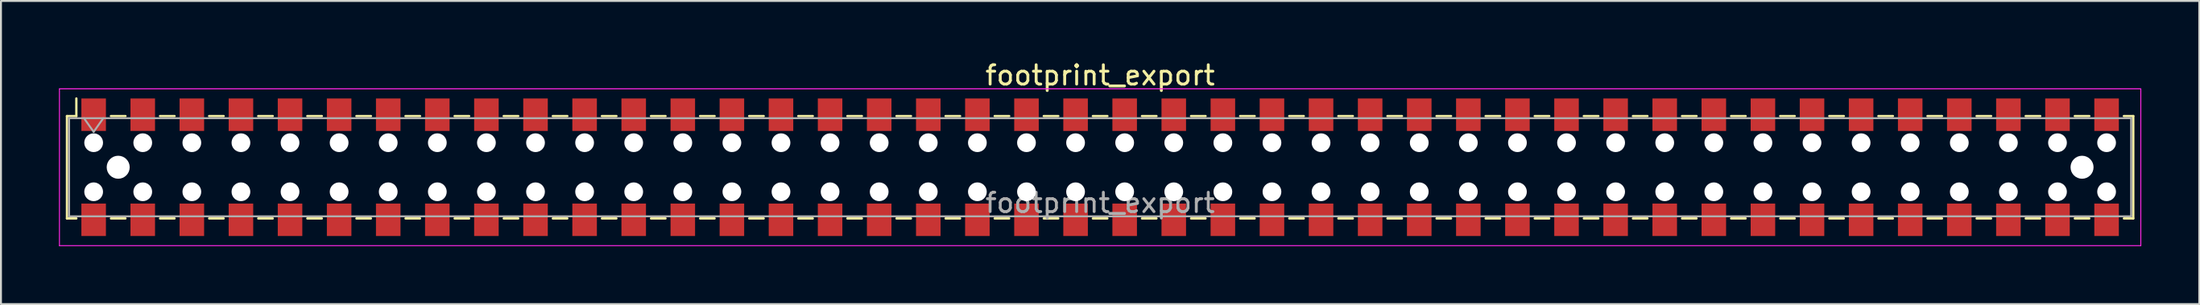
<source format=kicad_pcb>
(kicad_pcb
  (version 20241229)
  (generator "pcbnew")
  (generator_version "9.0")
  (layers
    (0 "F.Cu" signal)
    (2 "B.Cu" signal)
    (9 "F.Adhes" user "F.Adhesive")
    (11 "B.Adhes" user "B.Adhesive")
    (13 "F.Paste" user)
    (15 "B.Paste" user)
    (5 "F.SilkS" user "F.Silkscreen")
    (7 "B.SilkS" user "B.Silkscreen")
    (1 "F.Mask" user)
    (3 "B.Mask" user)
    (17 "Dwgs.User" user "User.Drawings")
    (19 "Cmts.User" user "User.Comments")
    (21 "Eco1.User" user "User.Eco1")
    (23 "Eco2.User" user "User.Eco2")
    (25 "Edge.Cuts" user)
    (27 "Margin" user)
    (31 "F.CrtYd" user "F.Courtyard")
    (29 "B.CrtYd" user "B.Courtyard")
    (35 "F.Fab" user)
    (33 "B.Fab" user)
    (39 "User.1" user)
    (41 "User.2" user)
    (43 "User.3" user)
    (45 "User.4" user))
  (footprint "footprint_export"
    (layer "F.Cu")
    (at 53.865 5.608)
    (property "Reference" "footprint_export" (at 0 -4.76 0) (layer "F.SilkS") (effects (font (size 1 1) (thickness 0.15))))
    (attr smd)
    (fp_line (start -53.45 -2.65) (end -53.45 2.65) (stroke (width 0.12) (type solid)) (layer "F.SilkS"))
    (fp_line (start -53.45 2.65) (end -52.965 2.65) (stroke (width 0.12) (type solid)) (layer "F.SilkS"))
    (fp_line (start -52.965 -3.56) (end -52.965 -2.65) (stroke (width 0.12) (type solid)) (layer "F.SilkS"))
    (fp_line (start -52.965 -2.65) (end -53.45 -2.65) (stroke (width 0.12) (type solid)) (layer "F.SilkS"))
    (fp_line (start -51.175 -2.65) (end -50.425 -2.65) (stroke (width 0.12) (type solid)) (layer "F.SilkS"))
    (fp_line (start -51.175 2.65) (end -50.425 2.65) (stroke (width 0.12) (type solid)) (layer "F.SilkS"))
    (fp_line (start -48.635 -2.65) (end -47.885 -2.65) (stroke (width 0.12) (type solid)) (layer "F.SilkS"))
    (fp_line (start -48.635 2.65) (end -47.885 2.65) (stroke (width 0.12) (type solid)) (layer "F.SilkS"))
    (fp_line (start -46.095 -2.65) (end -45.345 -2.65) (stroke (width 0.12) (type solid)) (layer "F.SilkS"))
    (fp_line (start -46.095 2.65) (end -45.345 2.65) (stroke (width 0.12) (type solid)) (layer "F.SilkS"))
    (fp_line (start -43.555 -2.65) (end -42.805 -2.65) (stroke (width 0.12) (type solid)) (layer "F.SilkS"))
    (fp_line (start -43.555 2.65) (end -42.805 2.65) (stroke (width 0.12) (type solid)) (layer "F.SilkS"))
    (fp_line (start -41.015 -2.65) (end -40.265 -2.65) (stroke (width 0.12) (type solid)) (layer "F.SilkS"))
    (fp_line (start -41.015 2.65) (end -40.265 2.65) (stroke (width 0.12) (type solid)) (layer "F.SilkS"))
    (fp_line (start -38.475 -2.65) (end -37.725 -2.65) (stroke (width 0.12) (type solid)) (layer "F.SilkS"))
    (fp_line (start -38.475 2.65) (end -37.725 2.65) (stroke (width 0.12) (type solid)) (layer "F.SilkS"))
    (fp_line (start -35.935 -2.65) (end -35.185 -2.65) (stroke (width 0.12) (type solid)) (layer "F.SilkS"))
    (fp_line (start -35.935 2.65) (end -35.185 2.65) (stroke (width 0.12) (type solid)) (layer "F.SilkS"))
    (fp_line (start -33.395 -2.65) (end -32.645 -2.65) (stroke (width 0.12) (type solid)) (layer "F.SilkS"))
    (fp_line (start -33.395 2.65) (end -32.645 2.65) (stroke (width 0.12) (type solid)) (layer "F.SilkS"))
    (fp_line (start -30.855 -2.65) (end -30.105 -2.65) (stroke (width 0.12) (type solid)) (layer "F.SilkS"))
    (fp_line (start -30.855 2.65) (end -30.105 2.65) (stroke (width 0.12) (type solid)) (layer "F.SilkS"))
    (fp_line (start -28.315 -2.65) (end -27.565 -2.65) (stroke (width 0.12) (type solid)) (layer "F.SilkS"))
    (fp_line (start -28.315 2.65) (end -27.565 2.65) (stroke (width 0.12) (type solid)) (layer "F.SilkS"))
    (fp_line (start -25.775 -2.65) (end -25.025 -2.65) (stroke (width 0.12) (type solid)) (layer "F.SilkS"))
    (fp_line (start -25.775 2.65) (end -25.025 2.65) (stroke (width 0.12) (type solid)) (layer "F.SilkS"))
    (fp_line (start -23.235 -2.65) (end -22.485 -2.65) (stroke (width 0.12) (type solid)) (layer "F.SilkS"))
    (fp_line (start -23.235 2.65) (end -22.485 2.65) (stroke (width 0.12) (type solid)) (layer "F.SilkS"))
    (fp_line (start -20.695 -2.65) (end -19.945 -2.65) (stroke (width 0.12) (type solid)) (layer "F.SilkS"))
    (fp_line (start -20.695 2.65) (end -19.945 2.65) (stroke (width 0.12) (type solid)) (layer "F.SilkS"))
    (fp_line (start -18.155 -2.65) (end -17.405 -2.65) (stroke (width 0.12) (type solid)) (layer "F.SilkS"))
    (fp_line (start -18.155 2.65) (end -17.405 2.65) (stroke (width 0.12) (type solid)) (layer "F.SilkS"))
    (fp_line (start -15.615 -2.65) (end -14.865 -2.65) (stroke (width 0.12) (type solid)) (layer "F.SilkS"))
    (fp_line (start -15.615 2.65) (end -14.865 2.65) (stroke (width 0.12) (type solid)) (layer "F.SilkS"))
    (fp_line (start -13.075 -2.65) (end -12.325 -2.65) (stroke (width 0.12) (type solid)) (layer "F.SilkS"))
    (fp_line (start -13.075 2.65) (end -12.325 2.65) (stroke (width 0.12) (type solid)) (layer "F.SilkS"))
    (fp_line (start -10.535 -2.65) (end -9.785 -2.65) (stroke (width 0.12) (type solid)) (layer "F.SilkS"))
    (fp_line (start -10.535 2.65) (end -9.785 2.65) (stroke (width 0.12) (type solid)) (layer "F.SilkS"))
    (fp_line (start -7.995 -2.65) (end -7.245 -2.65) (stroke (width 0.12) (type solid)) (layer "F.SilkS"))
    (fp_line (start -7.995 2.65) (end -7.245 2.65) (stroke (width 0.12) (type solid)) (layer "F.SilkS"))
    (fp_line (start -5.455 -2.65) (end -4.705 -2.65) (stroke (width 0.12) (type solid)) (layer "F.SilkS"))
    (fp_line (start -5.455 2.65) (end -4.705 2.65) (stroke (width 0.12) (type solid)) (layer "F.SilkS"))
    (fp_line (start -2.915 -2.65) (end -2.165 -2.65) (stroke (width 0.12) (type solid)) (layer "F.SilkS"))
    (fp_line (start -2.915 2.65) (end -2.165 2.65) (stroke (width 0.12) (type solid)) (layer "F.SilkS"))
    (fp_line (start -0.375 -2.65) (end 0.375 -2.65) (stroke (width 0.12) (type solid)) (layer "F.SilkS"))
    (fp_line (start -0.375 2.65) (end 0.375 2.65) (stroke (width 0.12) (type solid)) (layer "F.SilkS"))
    (fp_line (start 2.165 -2.65) (end 2.915 -2.65) (stroke (width 0.12) (type solid)) (layer "F.SilkS"))
    (fp_line (start 2.165 2.65) (end 2.915 2.65) (stroke (width 0.12) (type solid)) (layer "F.SilkS"))
    (fp_line (start 4.705 -2.65) (end 5.455 -2.65) (stroke (width 0.12) (type solid)) (layer "F.SilkS"))
    (fp_line (start 4.705 2.65) (end 5.455 2.65) (stroke (width 0.12) (type solid)) (layer "F.SilkS"))
    (fp_line (start 7.245 -2.65) (end 7.995 -2.65) (stroke (width 0.12) (type solid)) (layer "F.SilkS"))
    (fp_line (start 7.245 2.65) (end 7.995 2.65) (stroke (width 0.12) (type solid)) (layer "F.SilkS"))
    (fp_line (start 9.785 -2.65) (end 10.535 -2.65) (stroke (width 0.12) (type solid)) (layer "F.SilkS"))
    (fp_line (start 9.785 2.65) (end 10.535 2.65) (stroke (width 0.12) (type solid)) (layer "F.SilkS"))
    (fp_line (start 12.325 -2.65) (end 13.075 -2.65) (stroke (width 0.12) (type solid)) (layer "F.SilkS"))
    (fp_line (start 12.325 2.65) (end 13.075 2.65) (stroke (width 0.12) (type solid)) (layer "F.SilkS"))
    (fp_line (start 14.865 -2.65) (end 15.615 -2.65) (stroke (width 0.12) (type solid)) (layer "F.SilkS"))
    (fp_line (start 14.865 2.65) (end 15.615 2.65) (stroke (width 0.12) (type solid)) (layer "F.SilkS"))
    (fp_line (start 17.405 -2.65) (end 18.155 -2.65) (stroke (width 0.12) (type solid)) (layer "F.SilkS"))
    (fp_line (start 17.405 2.65) (end 18.155 2.65) (stroke (width 0.12) (type solid)) (layer "F.SilkS"))
    (fp_line (start 19.945 -2.65) (end 20.695 -2.65) (stroke (width 0.12) (type solid)) (layer "F.SilkS"))
    (fp_line (start 19.945 2.65) (end 20.695 2.65) (stroke (width 0.12) (type solid)) (layer "F.SilkS"))
    (fp_line (start 22.485 -2.65) (end 23.235 -2.65) (stroke (width 0.12) (type solid)) (layer "F.SilkS"))
    (fp_line (start 22.485 2.65) (end 23.235 2.65) (stroke (width 0.12) (type solid)) (layer "F.SilkS"))
    (fp_line (start 25.025 -2.65) (end 25.775 -2.65) (stroke (width 0.12) (type solid)) (layer "F.SilkS"))
    (fp_line (start 25.025 2.65) (end 25.775 2.65) (stroke (width 0.12) (type solid)) (layer "F.SilkS"))
    (fp_line (start 27.565 -2.65) (end 28.315 -2.65) (stroke (width 0.12) (type solid)) (layer "F.SilkS"))
    (fp_line (start 27.565 2.65) (end 28.315 2.65) (stroke (width 0.12) (type solid)) (layer "F.SilkS"))
    (fp_line (start 30.105 -2.65) (end 30.855 -2.65) (stroke (width 0.12) (type solid)) (layer "F.SilkS"))
    (fp_line (start 30.105 2.65) (end 30.855 2.65) (stroke (width 0.12) (type solid)) (layer "F.SilkS"))
    (fp_line (start 32.645 -2.65) (end 33.395 -2.65) (stroke (width 0.12) (type solid)) (layer "F.SilkS"))
    (fp_line (start 32.645 2.65) (end 33.395 2.65) (stroke (width 0.12) (type solid)) (layer "F.SilkS"))
    (fp_line (start 35.185 -2.65) (end 35.935 -2.65) (stroke (width 0.12) (type solid)) (layer "F.SilkS"))
    (fp_line (start 35.185 2.65) (end 35.935 2.65) (stroke (width 0.12) (type solid)) (layer "F.SilkS"))
    (fp_line (start 37.725 -2.65) (end 38.475 -2.65) (stroke (width 0.12) (type solid)) (layer "F.SilkS"))
    (fp_line (start 37.725 2.65) (end 38.475 2.65) (stroke (width 0.12) (type solid)) (layer "F.SilkS"))
    (fp_line (start 40.265 -2.65) (end 41.015 -2.65) (stroke (width 0.12) (type solid)) (layer "F.SilkS"))
    (fp_line (start 40.265 2.65) (end 41.015 2.65) (stroke (width 0.12) (type solid)) (layer "F.SilkS"))
    (fp_line (start 42.805 -2.65) (end 43.555 -2.65) (stroke (width 0.12) (type solid)) (layer "F.SilkS"))
    (fp_line (start 42.805 2.65) (end 43.555 2.65) (stroke (width 0.12) (type solid)) (layer "F.SilkS"))
    (fp_line (start 45.345 -2.65) (end 46.095 -2.65) (stroke (width 0.12) (type solid)) (layer "F.SilkS"))
    (fp_line (start 45.345 2.65) (end 46.095 2.65) (stroke (width 0.12) (type solid)) (layer "F.SilkS"))
    (fp_line (start 47.885 -2.65) (end 48.635 -2.65) (stroke (width 0.12) (type solid)) (layer "F.SilkS"))
    (fp_line (start 47.885 2.65) (end 48.635 2.65) (stroke (width 0.12) (type solid)) (layer "F.SilkS"))
    (fp_line (start 50.425 -2.65) (end 51.175 -2.65) (stroke (width 0.12) (type solid)) (layer "F.SilkS"))
    (fp_line (start 50.425 2.65) (end 51.175 2.65) (stroke (width 0.12) (type solid)) (layer "F.SilkS"))
    (fp_line (start 52.965 -2.65) (end 53.45 -2.65) (stroke (width 0.12) (type solid)) (layer "F.SilkS"))
    (fp_line (start 53.45 -2.65) (end 53.45 2.65) (stroke (width 0.12) (type solid)) (layer "F.SilkS"))
    (fp_line (start 53.45 2.65) (end 52.965 2.65) (stroke (width 0.12) (type solid)) (layer "F.SilkS"))
    (fp_line (start -53.84 -4.06) (end 53.84 -4.06) (stroke (width 0.05) (type solid)) (layer "F.CrtYd"))
    (fp_line (start -53.84 4.06) (end -53.84 -4.06) (stroke (width 0.05) (type solid)) (layer "F.CrtYd"))
    (fp_line (start 53.84 -4.06) (end 53.84 4.06) (stroke (width 0.05) (type solid)) (layer "F.CrtYd"))
    (fp_line (start 53.84 4.06) (end -53.84 4.06) (stroke (width 0.05) (type solid)) (layer "F.CrtYd"))
    (fp_line (start -53.34 -2.54) (end 53.34 -2.54) (stroke (width 0.1) (type solid)) (layer "F.Fab"))
    (fp_line (start -53.34 2.54) (end -53.34 -2.54) (stroke (width 0.1) (type solid)) (layer "F.Fab"))
    (fp_line (start -52.57 -2.54) (end -52.07 -1.833) (stroke (width 0.1) (type solid)) (layer "F.Fab"))
    (fp_line (start -52.07 -1.833) (end -51.57 -2.54) (stroke (width 0.1) (type solid)) (layer "F.Fab"))
    (fp_line (start 53.34 -2.54) (end 53.34 2.54) (stroke (width 0.1) (type solid)) (layer "F.Fab"))
    (fp_line (start 53.34 2.54) (end -53.34 2.54) (stroke (width 0.1) (type solid)) (layer "F.Fab"))
    (fp_text user "${REFERENCE}" (at 0 1.84 0) (layer "F.Fab") (effects (font (size 1 1) (thickness 0.15))))
    (pad "" np_thru_hole circle (at -52.07 -1.27) (size 0.97 0.97) (drill 0.97) (layers "*.Cu" "*.Mask"))
    (pad "" np_thru_hole circle (at -52.07 1.27) (size 0.97 0.97) (drill 0.97) (layers "*.Cu" "*.Mask"))
    (pad "" np_thru_hole circle (at -50.8 0) (size 1.19 1.19) (drill 1.19) (layers "*.Cu" "*.Mask"))
    (pad "" np_thru_hole circle (at -49.53 -1.27) (size 0.97 0.97) (drill 0.97) (layers "*.Cu" "*.Mask"))
    (pad "" np_thru_hole circle (at -49.53 1.27) (size 0.97 0.97) (drill 0.97) (layers "*.Cu" "*.Mask"))
    (pad "" np_thru_hole circle (at -46.99 -1.27) (size 0.97 0.97) (drill 0.97) (layers "*.Cu" "*.Mask"))
    (pad "" np_thru_hole circle (at -46.99 1.27) (size 0.97 0.97) (drill 0.97) (layers "*.Cu" "*.Mask"))
    (pad "" np_thru_hole circle (at -44.45 -1.27) (size 0.97 0.97) (drill 0.97) (layers "*.Cu" "*.Mask"))
    (pad "" np_thru_hole circle (at -44.45 1.27) (size 0.97 0.97) (drill 0.97) (layers "*.Cu" "*.Mask"))
    (pad "" np_thru_hole circle (at -41.91 -1.27) (size 0.97 0.97) (drill 0.97) (layers "*.Cu" "*.Mask"))
    (pad "" np_thru_hole circle (at -41.91 1.27) (size 0.97 0.97) (drill 0.97) (layers "*.Cu" "*.Mask"))
    (pad "" np_thru_hole circle (at -39.37 -1.27) (size 0.97 0.97) (drill 0.97) (layers "*.Cu" "*.Mask"))
    (pad "" np_thru_hole circle (at -39.37 1.27) (size 0.97 0.97) (drill 0.97) (layers "*.Cu" "*.Mask"))
    (pad "" np_thru_hole circle (at -36.83 -1.27) (size 0.97 0.97) (drill 0.97) (layers "*.Cu" "*.Mask"))
    (pad "" np_thru_hole circle (at -36.83 1.27) (size 0.97 0.97) (drill 0.97) (layers "*.Cu" "*.Mask"))
    (pad "" np_thru_hole circle (at -34.29 -1.27) (size 0.97 0.97) (drill 0.97) (layers "*.Cu" "*.Mask"))
    (pad "" np_thru_hole circle (at -34.29 1.27) (size 0.97 0.97) (drill 0.97) (layers "*.Cu" "*.Mask"))
    (pad "" np_thru_hole circle (at -31.75 -1.27) (size 0.97 0.97) (drill 0.97) (layers "*.Cu" "*.Mask"))
    (pad "" np_thru_hole circle (at -31.75 1.27) (size 0.97 0.97) (drill 0.97) (layers "*.Cu" "*.Mask"))
    (pad "" np_thru_hole circle (at -29.21 -1.27) (size 0.97 0.97) (drill 0.97) (layers "*.Cu" "*.Mask"))
    (pad "" np_thru_hole circle (at -29.21 1.27) (size 0.97 0.97) (drill 0.97) (layers "*.Cu" "*.Mask"))
    (pad "" np_thru_hole circle (at -26.67 -1.27) (size 0.97 0.97) (drill 0.97) (layers "*.Cu" "*.Mask"))
    (pad "" np_thru_hole circle (at -26.67 1.27) (size 0.97 0.97) (drill 0.97) (layers "*.Cu" "*.Mask"))
    (pad "" np_thru_hole circle (at -24.13 -1.27) (size 0.97 0.97) (drill 0.97) (layers "*.Cu" "*.Mask"))
    (pad "" np_thru_hole circle (at -24.13 1.27) (size 0.97 0.97) (drill 0.97) (layers "*.Cu" "*.Mask"))
    (pad "" np_thru_hole circle (at -21.59 -1.27) (size 0.97 0.97) (drill 0.97) (layers "*.Cu" "*.Mask"))
    (pad "" np_thru_hole circle (at -21.59 1.27) (size 0.97 0.97) (drill 0.97) (layers "*.Cu" "*.Mask"))
    (pad "" np_thru_hole circle (at -19.05 -1.27) (size 0.97 0.97) (drill 0.97) (layers "*.Cu" "*.Mask"))
    (pad "" np_thru_hole circle (at -19.05 1.27) (size 0.97 0.97) (drill 0.97) (layers "*.Cu" "*.Mask"))
    (pad "" np_thru_hole circle (at -16.51 -1.27) (size 0.97 0.97) (drill 0.97) (layers "*.Cu" "*.Mask"))
    (pad "" np_thru_hole circle (at -16.51 1.27) (size 0.97 0.97) (drill 0.97) (layers "*.Cu" "*.Mask"))
    (pad "" np_thru_hole circle (at -13.97 -1.27) (size 0.97 0.97) (drill 0.97) (layers "*.Cu" "*.Mask"))
    (pad "" np_thru_hole circle (at -13.97 1.27) (size 0.97 0.97) (drill 0.97) (layers "*.Cu" "*.Mask"))
    (pad "" np_thru_hole circle (at -11.43 -1.27) (size 0.97 0.97) (drill 0.97) (layers "*.Cu" "*.Mask"))
    (pad "" np_thru_hole circle (at -11.43 1.27) (size 0.97 0.97) (drill 0.97) (layers "*.Cu" "*.Mask"))
    (pad "" np_thru_hole circle (at -8.89 -1.27) (size 0.97 0.97) (drill 0.97) (layers "*.Cu" "*.Mask"))
    (pad "" np_thru_hole circle (at -8.89 1.27) (size 0.97 0.97) (drill 0.97) (layers "*.Cu" "*.Mask"))
    (pad "" np_thru_hole circle (at -6.35 -1.27) (size 0.97 0.97) (drill 0.97) (layers "*.Cu" "*.Mask"))
    (pad "" np_thru_hole circle (at -6.35 1.27) (size 0.97 0.97) (drill 0.97) (layers "*.Cu" "*.Mask"))
    (pad "" np_thru_hole circle (at -3.81 -1.27) (size 0.97 0.97) (drill 0.97) (layers "*.Cu" "*.Mask"))
    (pad "" np_thru_hole circle (at -3.81 1.27) (size 0.97 0.97) (drill 0.97) (layers "*.Cu" "*.Mask"))
    (pad "" np_thru_hole circle (at -1.27 -1.27) (size 0.97 0.97) (drill 0.97) (layers "*.Cu" "*.Mask"))
    (pad "" np_thru_hole circle (at -1.27 1.27) (size 0.97 0.97) (drill 0.97) (layers "*.Cu" "*.Mask"))
    (pad "" np_thru_hole circle (at 1.27 -1.27) (size 0.97 0.97) (drill 0.97) (layers "*.Cu" "*.Mask"))
    (pad "" np_thru_hole circle (at 1.27 1.27) (size 0.97 0.97) (drill 0.97) (layers "*.Cu" "*.Mask"))
    (pad "" np_thru_hole circle (at 3.81 -1.27) (size 0.97 0.97) (drill 0.97) (layers "*.Cu" "*.Mask"))
    (pad "" np_thru_hole circle (at 3.81 1.27) (size 0.97 0.97) (drill 0.97) (layers "*.Cu" "*.Mask"))
    (pad "" np_thru_hole circle (at 6.35 -1.27) (size 0.97 0.97) (drill 0.97) (layers "*.Cu" "*.Mask"))
    (pad "" np_thru_hole circle (at 6.35 1.27) (size 0.97 0.97) (drill 0.97) (layers "*.Cu" "*.Mask"))
    (pad "" np_thru_hole circle (at 8.89 -1.27) (size 0.97 0.97) (drill 0.97) (layers "*.Cu" "*.Mask"))
    (pad "" np_thru_hole circle (at 8.89 1.27) (size 0.97 0.97) (drill 0.97) (layers "*.Cu" "*.Mask"))
    (pad "" np_thru_hole circle (at 11.43 -1.27) (size 0.97 0.97) (drill 0.97) (layers "*.Cu" "*.Mask"))
    (pad "" np_thru_hole circle (at 11.43 1.27) (size 0.97 0.97) (drill 0.97) (layers "*.Cu" "*.Mask"))
    (pad "" np_thru_hole circle (at 13.97 -1.27) (size 0.97 0.97) (drill 0.97) (layers "*.Cu" "*.Mask"))
    (pad "" np_thru_hole circle (at 13.97 1.27) (size 0.97 0.97) (drill 0.97) (layers "*.Cu" "*.Mask"))
    (pad "" np_thru_hole circle (at 16.51 -1.27) (size 0.97 0.97) (drill 0.97) (layers "*.Cu" "*.Mask"))
    (pad "" np_thru_hole circle (at 16.51 1.27) (size 0.97 0.97) (drill 0.97) (layers "*.Cu" "*.Mask"))
    (pad "" np_thru_hole circle (at 19.05 -1.27) (size 0.97 0.97) (drill 0.97) (layers "*.Cu" "*.Mask"))
    (pad "" np_thru_hole circle (at 19.05 1.27) (size 0.97 0.97) (drill 0.97) (layers "*.Cu" "*.Mask"))
    (pad "" np_thru_hole circle (at 21.59 -1.27) (size 0.97 0.97) (drill 0.97) (layers "*.Cu" "*.Mask"))
    (pad "" np_thru_hole circle (at 21.59 1.27) (size 0.97 0.97) (drill 0.97) (layers "*.Cu" "*.Mask"))
    (pad "" np_thru_hole circle (at 24.13 -1.27) (size 0.97 0.97) (drill 0.97) (layers "*.Cu" "*.Mask"))
    (pad "" np_thru_hole circle (at 24.13 1.27) (size 0.97 0.97) (drill 0.97) (layers "*.Cu" "*.Mask"))
    (pad "" np_thru_hole circle (at 26.67 -1.27) (size 0.97 0.97) (drill 0.97) (layers "*.Cu" "*.Mask"))
    (pad "" np_thru_hole circle (at 26.67 1.27) (size 0.97 0.97) (drill 0.97) (layers "*.Cu" "*.Mask"))
    (pad "" np_thru_hole circle (at 29.21 -1.27) (size 0.97 0.97) (drill 0.97) (layers "*.Cu" "*.Mask"))
    (pad "" np_thru_hole circle (at 29.21 1.27) (size 0.97 0.97) (drill 0.97) (layers "*.Cu" "*.Mask"))
    (pad "" np_thru_hole circle (at 31.75 -1.27) (size 0.97 0.97) (drill 0.97) (layers "*.Cu" "*.Mask"))
    (pad "" np_thru_hole circle (at 31.75 1.27) (size 0.97 0.97) (drill 0.97) (layers "*.Cu" "*.Mask"))
    (pad "" np_thru_hole circle (at 34.29 -1.27) (size 0.97 0.97) (drill 0.97) (layers "*.Cu" "*.Mask"))
    (pad "" np_thru_hole circle (at 34.29 1.27) (size 0.97 0.97) (drill 0.97) (layers "*.Cu" "*.Mask"))
    (pad "" np_thru_hole circle (at 36.83 -1.27) (size 0.97 0.97) (drill 0.97) (layers "*.Cu" "*.Mask"))
    (pad "" np_thru_hole circle (at 36.83 1.27) (size 0.97 0.97) (drill 0.97) (layers "*.Cu" "*.Mask"))
    (pad "" np_thru_hole circle (at 39.37 -1.27) (size 0.97 0.97) (drill 0.97) (layers "*.Cu" "*.Mask"))
    (pad "" np_thru_hole circle (at 39.37 1.27) (size 0.97 0.97) (drill 0.97) (layers "*.Cu" "*.Mask"))
    (pad "" np_thru_hole circle (at 41.91 -1.27) (size 0.97 0.97) (drill 0.97) (layers "*.Cu" "*.Mask"))
    (pad "" np_thru_hole circle (at 41.91 1.27) (size 0.97 0.97) (drill 0.97) (layers "*.Cu" "*.Mask"))
    (pad "" np_thru_hole circle (at 44.45 -1.27) (size 0.97 0.97) (drill 0.97) (layers "*.Cu" "*.Mask"))
    (pad "" np_thru_hole circle (at 44.45 1.27) (size 0.97 0.97) (drill 0.97) (layers "*.Cu" "*.Mask"))
    (pad "" np_thru_hole circle (at 46.99 -1.27) (size 0.97 0.97) (drill 0.97) (layers "*.Cu" "*.Mask"))
    (pad "" np_thru_hole circle (at 46.99 1.27) (size 0.97 0.97) (drill 0.97) (layers "*.Cu" "*.Mask"))
    (pad "" np_thru_hole circle (at 49.53 -1.27) (size 0.97 0.97) (drill 0.97) (layers "*.Cu" "*.Mask"))
    (pad "" np_thru_hole circle (at 49.53 1.27) (size 0.97 0.97) (drill 0.97) (layers "*.Cu" "*.Mask"))
    (pad "" np_thru_hole circle (at 50.8 0) (size 1.19 1.19) (drill 1.19) (layers "*.Cu" "*.Mask"))
    (pad "" np_thru_hole circle (at 52.07 -1.27) (size 0.97 0.97) (drill 0.97) (layers "*.Cu" "*.Mask"))
    (pad "" np_thru_hole circle (at 52.07 1.27) (size 0.97 0.97) (drill 0.97) (layers "*.Cu" "*.Mask"))
    (pad "1" smd rect (at -52.07 -2.72) (size 1.27 1.68) (layers "F.Cu" "F.Mask" "F.Paste"))
    (pad "2" smd rect (at -52.07 2.72) (size 1.27 1.68) (layers "F.Cu" "F.Mask" "F.Paste"))
    (pad "3" smd rect (at -49.53 -2.72) (size 1.27 1.68) (layers "F.Cu" "F.Mask" "F.Paste"))
    (pad "4" smd rect (at -49.53 2.72) (size 1.27 1.68) (layers "F.Cu" "F.Mask" "F.Paste"))
    (pad "5" smd rect (at -46.99 -2.72) (size 1.27 1.68) (layers "F.Cu" "F.Mask" "F.Paste"))
    (pad "6" smd rect (at -46.99 2.72) (size 1.27 1.68) (layers "F.Cu" "F.Mask" "F.Paste"))
    (pad "7" smd rect (at -44.45 -2.72) (size 1.27 1.68) (layers "F.Cu" "F.Mask" "F.Paste"))
    (pad "8" smd rect (at -44.45 2.72) (size 1.27 1.68) (layers "F.Cu" "F.Mask" "F.Paste"))
    (pad "9" smd rect (at -41.91 -2.72) (size 1.27 1.68) (layers "F.Cu" "F.Mask" "F.Paste"))
    (pad "10" smd rect (at -41.91 2.72) (size 1.27 1.68) (layers "F.Cu" "F.Mask" "F.Paste"))
    (pad "11" smd rect (at -39.37 -2.72) (size 1.27 1.68) (layers "F.Cu" "F.Mask" "F.Paste"))
    (pad "12" smd rect (at -39.37 2.72) (size 1.27 1.68) (layers "F.Cu" "F.Mask" "F.Paste"))
    (pad "13" smd rect (at -36.83 -2.72) (size 1.27 1.68) (layers "F.Cu" "F.Mask" "F.Paste"))
    (pad "14" smd rect (at -36.83 2.72) (size 1.27 1.68) (layers "F.Cu" "F.Mask" "F.Paste"))
    (pad "15" smd rect (at -34.29 -2.72) (size 1.27 1.68) (layers "F.Cu" "F.Mask" "F.Paste"))
    (pad "16" smd rect (at -34.29 2.72) (size 1.27 1.68) (layers "F.Cu" "F.Mask" "F.Paste"))
    (pad "17" smd rect (at -31.75 -2.72) (size 1.27 1.68) (layers "F.Cu" "F.Mask" "F.Paste"))
    (pad "18" smd rect (at -31.75 2.72) (size 1.27 1.68) (layers "F.Cu" "F.Mask" "F.Paste"))
    (pad "19" smd rect (at -29.21 -2.72) (size 1.27 1.68) (layers "F.Cu" "F.Mask" "F.Paste"))
    (pad "20" smd rect (at -29.21 2.72) (size 1.27 1.68) (layers "F.Cu" "F.Mask" "F.Paste"))
    (pad "21" smd rect (at -26.67 -2.72) (size 1.27 1.68) (layers "F.Cu" "F.Mask" "F.Paste"))
    (pad "22" smd rect (at -26.67 2.72) (size 1.27 1.68) (layers "F.Cu" "F.Mask" "F.Paste"))
    (pad "23" smd rect (at -24.13 -2.72) (size 1.27 1.68) (layers "F.Cu" "F.Mask" "F.Paste"))
    (pad "24" smd rect (at -24.13 2.72) (size 1.27 1.68) (layers "F.Cu" "F.Mask" "F.Paste"))
    (pad "25" smd rect (at -21.59 -2.72) (size 1.27 1.68) (layers "F.Cu" "F.Mask" "F.Paste"))
    (pad "26" smd rect (at -21.59 2.72) (size 1.27 1.68) (layers "F.Cu" "F.Mask" "F.Paste"))
    (pad "27" smd rect (at -19.05 -2.72) (size 1.27 1.68) (layers "F.Cu" "F.Mask" "F.Paste"))
    (pad "28" smd rect (at -19.05 2.72) (size 1.27 1.68) (layers "F.Cu" "F.Mask" "F.Paste"))
    (pad "29" smd rect (at -16.51 -2.72) (size 1.27 1.68) (layers "F.Cu" "F.Mask" "F.Paste"))
    (pad "30" smd rect (at -16.51 2.72) (size 1.27 1.68) (layers "F.Cu" "F.Mask" "F.Paste"))
    (pad "31" smd rect (at -13.97 -2.72) (size 1.27 1.68) (layers "F.Cu" "F.Mask" "F.Paste"))
    (pad "32" smd rect (at -13.97 2.72) (size 1.27 1.68) (layers "F.Cu" "F.Mask" "F.Paste"))
    (pad "33" smd rect (at -11.43 -2.72) (size 1.27 1.68) (layers "F.Cu" "F.Mask" "F.Paste"))
    (pad "34" smd rect (at -11.43 2.72) (size 1.27 1.68) (layers "F.Cu" "F.Mask" "F.Paste"))
    (pad "35" smd rect (at -8.89 -2.72) (size 1.27 1.68) (layers "F.Cu" "F.Mask" "F.Paste"))
    (pad "36" smd rect (at -8.89 2.72) (size 1.27 1.68) (layers "F.Cu" "F.Mask" "F.Paste"))
    (pad "37" smd rect (at -6.35 -2.72) (size 1.27 1.68) (layers "F.Cu" "F.Mask" "F.Paste"))
    (pad "38" smd rect (at -6.35 2.72) (size 1.27 1.68) (layers "F.Cu" "F.Mask" "F.Paste"))
    (pad "39" smd rect (at -3.81 -2.72) (size 1.27 1.68) (layers "F.Cu" "F.Mask" "F.Paste"))
    (pad "40" smd rect (at -3.81 2.72) (size 1.27 1.68) (layers "F.Cu" "F.Mask" "F.Paste"))
    (pad "41" smd rect (at -1.27 -2.72) (size 1.27 1.68) (layers "F.Cu" "F.Mask" "F.Paste"))
    (pad "42" smd rect (at -1.27 2.72) (size 1.27 1.68) (layers "F.Cu" "F.Mask" "F.Paste"))
    (pad "43" smd rect (at 1.27 -2.72) (size 1.27 1.68) (layers "F.Cu" "F.Mask" "F.Paste"))
    (pad "44" smd rect (at 1.27 2.72) (size 1.27 1.68) (layers "F.Cu" "F.Mask" "F.Paste"))
    (pad "45" smd rect (at 3.81 -2.72) (size 1.27 1.68) (layers "F.Cu" "F.Mask" "F.Paste"))
    (pad "46" smd rect (at 3.81 2.72) (size 1.27 1.68) (layers "F.Cu" "F.Mask" "F.Paste"))
    (pad "47" smd rect (at 6.35 -2.72) (size 1.27 1.68) (layers "F.Cu" "F.Mask" "F.Paste"))
    (pad "48" smd rect (at 6.35 2.72) (size 1.27 1.68) (layers "F.Cu" "F.Mask" "F.Paste"))
    (pad "49" smd rect (at 8.89 -2.72) (size 1.27 1.68) (layers "F.Cu" "F.Mask" "F.Paste"))
    (pad "50" smd rect (at 8.89 2.72) (size 1.27 1.68) (layers "F.Cu" "F.Mask" "F.Paste"))
    (pad "51" smd rect (at 11.43 -2.72) (size 1.27 1.68) (layers "F.Cu" "F.Mask" "F.Paste"))
    (pad "52" smd rect (at 11.43 2.72) (size 1.27 1.68) (layers "F.Cu" "F.Mask" "F.Paste"))
    (pad "53" smd rect (at 13.97 -2.72) (size 1.27 1.68) (layers "F.Cu" "F.Mask" "F.Paste"))
    (pad "54" smd rect (at 13.97 2.72) (size 1.27 1.68) (layers "F.Cu" "F.Mask" "F.Paste"))
    (pad "55" smd rect (at 16.51 -2.72) (size 1.27 1.68) (layers "F.Cu" "F.Mask" "F.Paste"))
    (pad "56" smd rect (at 16.51 2.72) (size 1.27 1.68) (layers "F.Cu" "F.Mask" "F.Paste"))
    (pad "57" smd rect (at 19.05 -2.72) (size 1.27 1.68) (layers "F.Cu" "F.Mask" "F.Paste"))
    (pad "58" smd rect (at 19.05 2.72) (size 1.27 1.68) (layers "F.Cu" "F.Mask" "F.Paste"))
    (pad "59" smd rect (at 21.59 -2.72) (size 1.27 1.68) (layers "F.Cu" "F.Mask" "F.Paste"))
    (pad "60" smd rect (at 21.59 2.72) (size 1.27 1.68) (layers "F.Cu" "F.Mask" "F.Paste"))
    (pad "61" smd rect (at 24.13 -2.72) (size 1.27 1.68) (layers "F.Cu" "F.Mask" "F.Paste"))
    (pad "62" smd rect (at 24.13 2.72) (size 1.27 1.68) (layers "F.Cu" "F.Mask" "F.Paste"))
    (pad "63" smd rect (at 26.67 -2.72) (size 1.27 1.68) (layers "F.Cu" "F.Mask" "F.Paste"))
    (pad "64" smd rect (at 26.67 2.72) (size 1.27 1.68) (layers "F.Cu" "F.Mask" "F.Paste"))
    (pad "65" smd rect (at 29.21 -2.72) (size 1.27 1.68) (layers "F.Cu" "F.Mask" "F.Paste"))
    (pad "66" smd rect (at 29.21 2.72) (size 1.27 1.68) (layers "F.Cu" "F.Mask" "F.Paste"))
    (pad "67" smd rect (at 31.75 -2.72) (size 1.27 1.68) (layers "F.Cu" "F.Mask" "F.Paste"))
    (pad "68" smd rect (at 31.75 2.72) (size 1.27 1.68) (layers "F.Cu" "F.Mask" "F.Paste"))
    (pad "69" smd rect (at 34.29 -2.72) (size 1.27 1.68) (layers "F.Cu" "F.Mask" "F.Paste"))
    (pad "70" smd rect (at 34.29 2.72) (size 1.27 1.68) (layers "F.Cu" "F.Mask" "F.Paste"))
    (pad "71" smd rect (at 36.83 -2.72) (size 1.27 1.68) (layers "F.Cu" "F.Mask" "F.Paste"))
    (pad "72" smd rect (at 36.83 2.72) (size 1.27 1.68) (layers "F.Cu" "F.Mask" "F.Paste"))
    (pad "73" smd rect (at 39.37 -2.72) (size 1.27 1.68) (layers "F.Cu" "F.Mask" "F.Paste"))
    (pad "74" smd rect (at 39.37 2.72) (size 1.27 1.68) (layers "F.Cu" "F.Mask" "F.Paste"))
    (pad "75" smd rect (at 41.91 -2.72) (size 1.27 1.68) (layers "F.Cu" "F.Mask" "F.Paste"))
    (pad "76" smd rect (at 41.91 2.72) (size 1.27 1.68) (layers "F.Cu" "F.Mask" "F.Paste"))
    (pad "77" smd rect (at 44.45 -2.72) (size 1.27 1.68) (layers "F.Cu" "F.Mask" "F.Paste"))
    (pad "78" smd rect (at 44.45 2.72) (size 1.27 1.68) (layers "F.Cu" "F.Mask" "F.Paste"))
    (pad "79" smd rect (at 46.99 -2.72) (size 1.27 1.68) (layers "F.Cu" "F.Mask" "F.Paste"))
    (pad "80" smd rect (at 46.99 2.72) (size 1.27 1.68) (layers "F.Cu" "F.Mask" "F.Paste"))
    (pad "81" smd rect (at 49.53 -2.72) (size 1.27 1.68) (layers "F.Cu" "F.Mask" "F.Paste"))
    (pad "82" smd rect (at 49.53 2.72) (size 1.27 1.68) (layers "F.Cu" "F.Mask" "F.Paste"))
    (pad "83" smd rect (at 52.07 -2.72) (size 1.27 1.68) (layers "F.Cu" "F.Mask" "F.Paste"))
    (pad "84" smd rect (at 52.07 2.72) (size 1.27 1.68) (layers "F.Cu" "F.Mask" "F.Paste")))
  (gr_rect
    (start -3 -3)
    (end 110.73 12.693)
    (stroke (width 0.1) (type default))
    (fill no)
    (layer "Edge.Cuts")))
</source>
